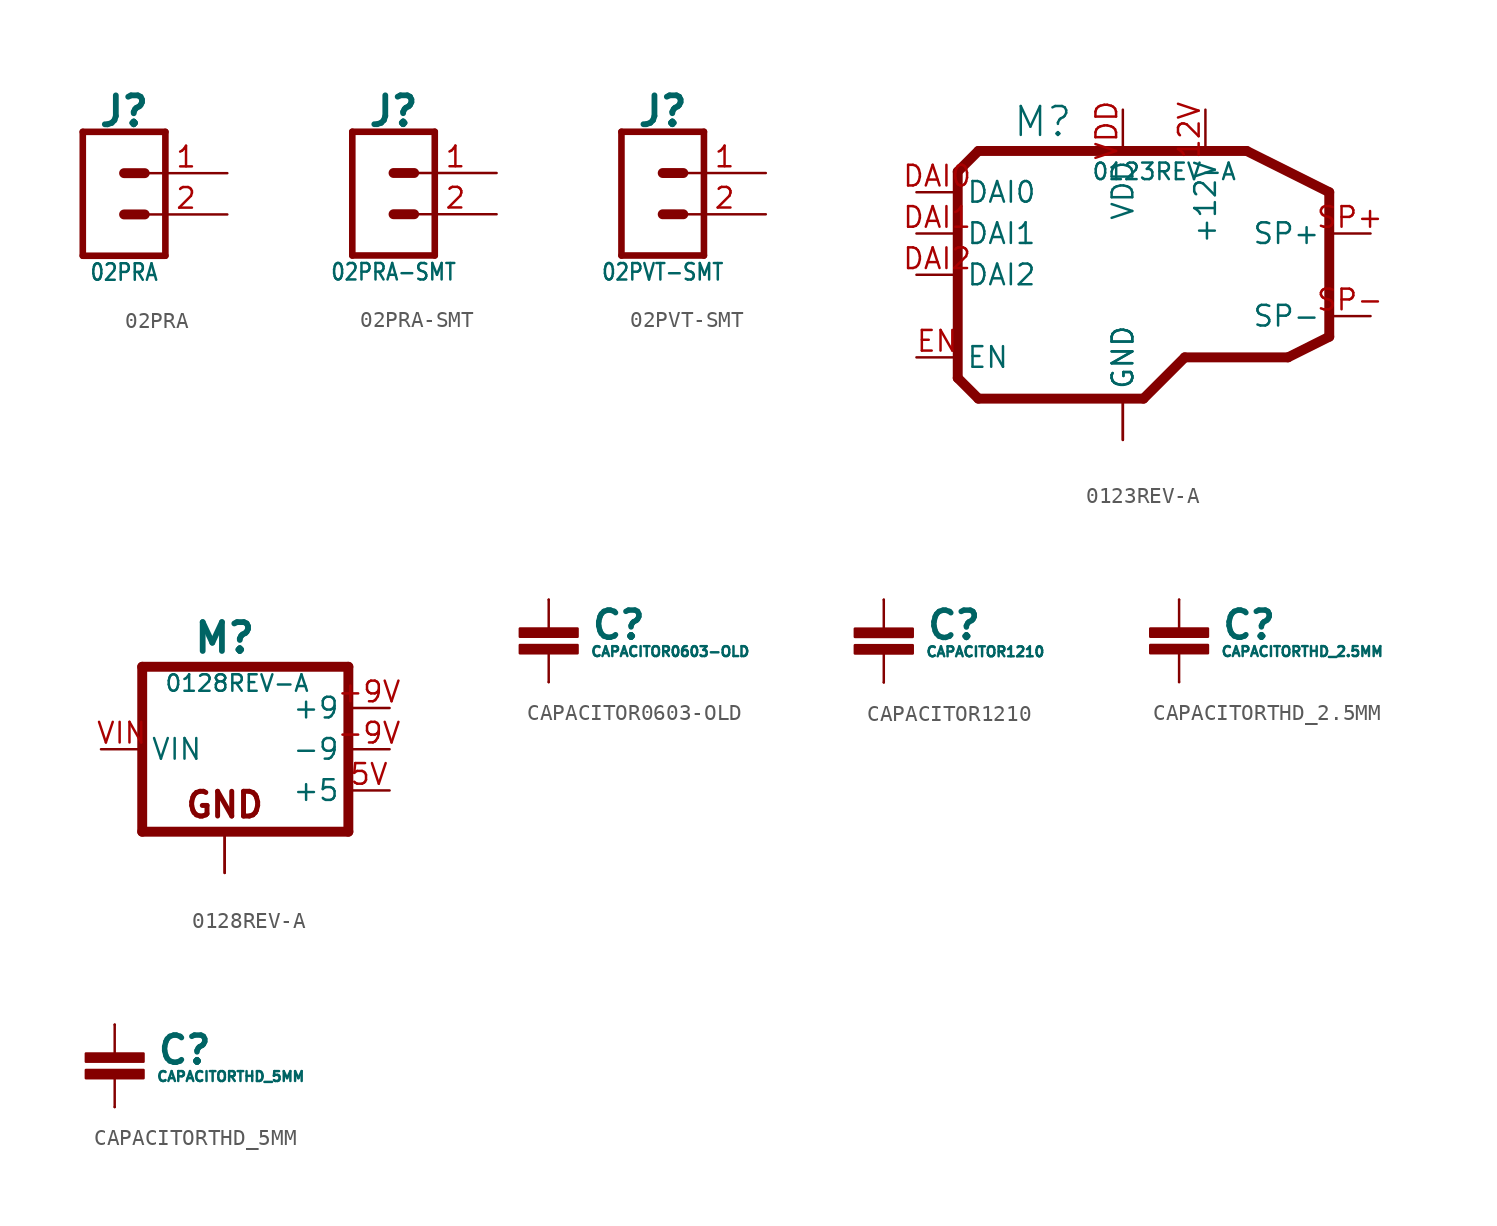
<source format=kicad_sym>
(kicad_symbol_lib
  (version 20211014)
  (generator kicad_symbol_editor)
  (symbol "02PRA"
    (property "Reference" "J"
      (at 1.27 3.81 0)
      (effects (font (size 1.778 1.778) bold)))
    (property "Value" "02PRA"
      (at 1.27 -6.096 0)
      (effects (font (size 1.016 0.864))))
    (property "ki_locked" ""
      (at 0 0 0)
      (effects (font (size 1.27 1.27))))
    (symbol "02PRA_1_0"
      (polyline (pts (xy -1.27 2.54) (xy -1.27 -5.08)) (stroke (width 0.406) (type default) (color 0 0 0 0)) (fill (type none)))
      (polyline (pts (xy -1.27 2.54) (xy 3.81 2.54)) (stroke (width 0.406) (type default) (color 0 0 0 0)) (fill (type none)))
      (polyline (pts (xy 1.27 -2.54) (xy 2.54 -2.54)) (stroke (width 0.61) (type default) (color 0 0 0 0)) (fill (type none)))
      (polyline (pts (xy 1.27 0) (xy 2.54 0)) (stroke (width 0.61) (type default) (color 0 0 0 0)) (fill (type none)))
      (polyline (pts (xy 3.81 -5.08) (xy -1.27 -5.08)) (stroke (width 0.406) (type default) (color 0 0 0 0)) (fill (type none)))
      (polyline (pts (xy 3.81 -5.08) (xy 3.81 2.54)) (stroke (width 0.406) (type default) (color 0 0 0 0)) (fill (type none)))
      (pin passive line (at 7.62 0 180) (length 5.08) (name "1" (effects (font (size 0 0)))) (number "1" (effects (font (size 1.27 1.27)))))
      (pin passive line (at 7.62 -2.54 180) (length 5.08) (name "2" (effects (font (size 0 0)))) (number "2" (effects (font (size 1.27 1.27)))))))
  (symbol "02PRA-SMT"
    (property "Reference" "J"
      (at 1.27 3.81 0)
      (effects (font (size 1.778 1.778) bold)))
    (property "Value" "02PRA-SMT"
      (at 1.27 -6.096 0)
      (effects (font (size 1.016 0.864))))
    (property "ki_locked" ""
      (at 0 0 0)
      (effects (font (size 1.27 1.27))))
    (symbol "02PRA-SMT_1_0"
      (polyline (pts (xy -1.27 2.54) (xy -1.27 -5.08)) (stroke (width 0.406) (type default) (color 0 0 0 0)) (fill (type none)))
      (polyline (pts (xy -1.27 2.54) (xy 3.81 2.54)) (stroke (width 0.406) (type default) (color 0 0 0 0)) (fill (type none)))
      (polyline (pts (xy 1.27 -2.54) (xy 2.54 -2.54)) (stroke (width 0.61) (type default) (color 0 0 0 0)) (fill (type none)))
      (polyline (pts (xy 1.27 0) (xy 2.54 0)) (stroke (width 0.61) (type default) (color 0 0 0 0)) (fill (type none)))
      (polyline (pts (xy 3.81 -5.08) (xy -1.27 -5.08)) (stroke (width 0.406) (type default) (color 0 0 0 0)) (fill (type none)))
      (polyline (pts (xy 3.81 -5.08) (xy 3.81 2.54)) (stroke (width 0.406) (type default) (color 0 0 0 0)) (fill (type none)))
      (pin passive line (at 7.62 0 180) (length 5.08) (name "1" (effects (font (size 0 0)))) (number "1" (effects (font (size 1.27 1.27)))))
      (pin passive line (at 7.62 -2.54 180) (length 5.08) (name "2" (effects (font (size 0 0)))) (number "2" (effects (font (size 1.27 1.27)))))))
  (symbol "02PVT-SMT"
    (property "Reference" "J"
      (at 1.27 3.81 0)
      (effects (font (size 1.778 1.778) bold)))
    (property "Value" "02PVT-SMT"
      (at 1.27 -6.096 0)
      (effects (font (size 1.016 0.864))))
    (property "ki_locked" ""
      (at 0 0 0)
      (effects (font (size 1.27 1.27))))
    (symbol "02PVT-SMT_1_0"
      (polyline (pts (xy -1.27 2.54) (xy -1.27 -5.08)) (stroke (width 0.406) (type default) (color 0 0 0 0)) (fill (type none)))
      (polyline (pts (xy -1.27 2.54) (xy 3.81 2.54)) (stroke (width 0.406) (type default) (color 0 0 0 0)) (fill (type none)))
      (polyline (pts (xy 1.27 -2.54) (xy 2.54 -2.54)) (stroke (width 0.61) (type default) (color 0 0 0 0)) (fill (type none)))
      (polyline (pts (xy 1.27 0) (xy 2.54 0)) (stroke (width 0.61) (type default) (color 0 0 0 0)) (fill (type none)))
      (polyline (pts (xy 3.81 -5.08) (xy -1.27 -5.08)) (stroke (width 0.406) (type default) (color 0 0 0 0)) (fill (type none)))
      (polyline (pts (xy 3.81 -5.08) (xy 3.81 2.54)) (stroke (width 0.406) (type default) (color 0 0 0 0)) (fill (type none)))
      (pin passive line (at 7.62 0 180) (length 5.08) (name "1" (effects (font (size 0 0)))) (number "1" (effects (font (size 1.27 1.27)))))
      (pin passive line (at 7.62 -2.54 180) (length 5.08) (name "2" (effects (font (size 0 0)))) (number "2" (effects (font (size 1.27 1.27)))))))
  (symbol "0123REV-A"
    (property "Reference" "M"
      (at -3.048 8.382 0)
      (effects (font (size 1.778 1.778)) (justify right bottom)))
    (property "Value" "0123REV-A"
      (at 2.54 6.35 0)
      (effects (font (size 1.016 1.016))))
    (property "ki_locked" ""
      (at 0 0 0)
      (effects (font (size 1.27 1.27))))
    (symbol "0123REV-A_1_0"
      (polyline (pts (xy -10.16 -6.35) (xy -10.16 6.35)) (stroke (width 0.61) (type default) (color 0 0 0 0)) (fill (type none)))
      (polyline (pts (xy -10.16 6.35) (xy -8.89 7.62)) (stroke (width 0.61) (type default) (color 0 0 0 0)) (fill (type none)))
      (polyline (pts (xy -8.89 -7.62) (xy -10.16 -6.35)) (stroke (width 0.61) (type default) (color 0 0 0 0)) (fill (type none)))
      (polyline (pts (xy -8.89 7.62) (xy 7.62 7.62)) (stroke (width 0.61) (type default) (color 0 0 0 0)) (fill (type none)))
      (polyline (pts (xy 1.27 -7.62) (xy -8.89 -7.62)) (stroke (width 0.61) (type default) (color 0 0 0 0)) (fill (type none)))
      (polyline (pts (xy 3.81 -5.08) (xy 1.27 -7.62)) (stroke (width 0.61) (type default) (color 0 0 0 0)) (fill (type none)))
      (polyline (pts (xy 7.62 7.62) (xy 12.7 5.08)) (stroke (width 0.61) (type default) (color 0 0 0 0)) (fill (type none)))
      (polyline (pts (xy 10.16 -5.08) (xy 3.81 -5.08)) (stroke (width 0.61) (type default) (color 0 0 0 0)) (fill (type none)))
      (polyline (pts (xy 12.7 -3.81) (xy 10.16 -5.08)) (stroke (width 0.61) (type default) (color 0 0 0 0)) (fill (type none)))
      (polyline (pts (xy 12.7 5.08) (xy 12.7 -3.81)) (stroke (width 0.61) (type default) (color 0 0 0 0)) (fill (type none)))
      (pin bidirectional line (at 5.08 10.16 270) (length 2.54) (name "+12V" (effects (font (size 1.27 1.27)))) (number "12V" (effects (font (size 1.27 1.27)))))
      (pin bidirectional line (at -12.7 5.08 0) (length 2.54) (name "DAI0" (effects (font (size 1.27 1.27)))) (number "DAI0" (effects (font (size 1.27 1.27)))))
      (pin bidirectional line (at -12.7 2.54 0) (length 2.54) (name "DAI1" (effects (font (size 1.27 1.27)))) (number "DAI1" (effects (font (size 1.27 1.27)))))
      (pin bidirectional line (at -12.7 0 0) (length 2.54) (name "DAI2" (effects (font (size 1.27 1.27)))) (number "DAI2" (effects (font (size 1.27 1.27)))))
      (pin bidirectional line (at -12.7 -5.08 0) (length 2.54) (name "EN" (effects (font (size 1.27 1.27)))) (number "EN" (effects (font (size 1.27 1.27)))))
      (pin bidirectional line (at 0 -10.16 90) (length 2.54) (name "GND" (effects (font (size 1.27 1.27)))) (number "GND" (effects (font (size 0 0)))))
      (pin bidirectional line (at 0 -10.16 90) (length 2.54) (name "GND" (effects (font (size 1.27 1.27)))) (number "GND2" (effects (font (size 0 0)))))
      (pin bidirectional line (at 15.24 2.54 180) (length 2.54) (name "SP+" (effects (font (size 1.27 1.27)))) (number "SP+" (effects (font (size 1.27 1.27)))))
      (pin bidirectional line (at 15.24 -2.54 180) (length 2.54) (name "SP-" (effects (font (size 1.27 1.27)))) (number "SP-" (effects (font (size 1.27 1.27)))))
      (pin bidirectional line (at 0 10.16 270) (length 2.54) (name "VDD" (effects (font (size 1.27 1.27)))) (number "VDD" (effects (font (size 1.27 1.27)))))))
  (symbol "0128REV-A"
    (property "Reference" "M"
      (at 0 9.398 0)
      (effects (font (size 1.778 1.778) bold)))
    (property "Value" "0128REV-A"
      (at 0.762 6.604 0)
      (effects (font (size 1.016 1.016))))
    (property "ki_locked" ""
      (at 0 0 0)
      (effects (font (size 1.27 1.27))))
    (symbol "0128REV-A_1_0"
      (polyline (pts (xy -5.08 -2.54) (xy -5.08 7.62)) (stroke (width 0.61) (type default) (color 0 0 0 0)) (fill (type none)))
      (polyline (pts (xy -5.08 7.62) (xy 7.62 7.62)) (stroke (width 0.61) (type default) (color 0 0 0 0)) (fill (type none)))
      (polyline (pts (xy 7.62 -2.54) (xy -5.08 -2.54)) (stroke (width 0.61) (type default) (color 0 0 0 0)) (fill (type none)))
      (polyline (pts (xy 7.62 7.62) (xy 7.62 -2.54)) (stroke (width 0.61) (type default) (color 0 0 0 0)) (fill (type none)))
      (text "GND" (at 0 -1.778 0) (effects (font (size 1.524 1.524) (thickness 0.305) bold) (justify bottom)))
      (pin bidirectional line (at 10.16 5.08 180) (length 2.54) (name "+9" (effects (font (size 1.27 1.27)))) (number "+9V" (effects (font (size 1.27 1.27)))))
      (pin bidirectional line (at 10.16 2.54 180) (length 2.54) (name "-9" (effects (font (size 1.27 1.27)))) (number "-9V" (effects (font (size 1.27 1.27)))))
      (pin bidirectional line (at 10.16 0 180) (length 2.54) (name "+5" (effects (font (size 1.27 1.27)))) (number "5V" (effects (font (size 1.27 1.27)))))
      (pin bidirectional line (at 0 -5.08 90) (length 2.54) (name "GND" (effects (font (size 0 0)))) (number "GNDI" (effects (font (size 0 0)))))
      (pin bidirectional line (at 0 -5.08 90) (length 2.54) (name "GND" (effects (font (size 0 0)))) (number "GNDO" (effects (font (size 0 0)))))
      (pin bidirectional line (at -7.62 2.54 0) (length 2.54) (name "VIN" (effects (font (size 1.27 1.27)))) (number "VIN" (effects (font (size 1.27 1.27)))))))
  (symbol "CAPACITOR0603-OLD"
    (property "Reference" "C"
      (at 2.54 0 0)
      (effects (font (size 1.676 1.676) bold) (justify left bottom)))
    (property "Value" "CAPACITOR0603-OLD"
      (at 2.54 -1.016 0)
      (effects (font (size 0.61 0.61)) (justify left bottom)))
    (property "ki_locked" ""
      (at 0 0 0)
      (effects (font (size 1.27 1.27))))
    (symbol "CAPACITOR0603-OLD_1_0"
      (rectangle (start -1.778 -0.762) (end 1.778 -0.254) (stroke (width 0) (type default) (color 0 0 0 0)) (fill (type outline)))
      (rectangle (start -1.778 0.254) (end 1.778 0.762) (stroke (width 0) (type default) (color 0 0 0 0)) (fill (type outline)))
      (polyline (pts (xy 0 -2.54) (xy 0 -0.508)) (stroke (width 0.152) (type default) (color 0 0 0 0)) (fill (type none)))
      (polyline (pts (xy 0 2.54) (xy 0 0.508)) (stroke (width 0.152) (type default) (color 0 0 0 0)) (fill (type none)))
      (pin passive line (at 0 2.54 0) (length 0) (name "1" (effects (font (size 0 0)))) (number "1" (effects (font (size 0 0)))))
      (pin passive line (at 0 -2.54 0) (length 0) (name "2" (effects (font (size 0 0)))) (number "2" (effects (font (size 0 0)))))))
  (symbol "CAPACITOR1210"
    (property "Reference" "C"
      (at 2.54 0 0)
      (effects (font (size 1.676 1.676) bold) (justify left bottom)))
    (property "Value" "CAPACITOR1210"
      (at 2.54 -1.016 0)
      (effects (font (size 0.61 0.61)) (justify left bottom)))
    (property "ki_locked" ""
      (at 0 0 0)
      (effects (font (size 1.27 1.27))))
    (symbol "CAPACITOR1210_1_0"
      (rectangle (start -1.778 -0.762) (end 1.778 -0.254) (stroke (width 0) (type default) (color 0 0 0 0)) (fill (type outline)))
      (rectangle (start -1.778 0.254) (end 1.778 0.762) (stroke (width 0) (type default) (color 0 0 0 0)) (fill (type outline)))
      (polyline (pts (xy 0 -2.54) (xy 0 -0.508)) (stroke (width 0.152) (type default) (color 0 0 0 0)) (fill (type none)))
      (polyline (pts (xy 0 2.54) (xy 0 0.508)) (stroke (width 0.152) (type default) (color 0 0 0 0)) (fill (type none)))
      (pin passive line (at 0 2.54 0) (length 0) (name "1" (effects (font (size 0 0)))) (number "1" (effects (font (size 0 0)))))
      (pin passive line (at 0 -2.54 0) (length 0) (name "2" (effects (font (size 0 0)))) (number "2" (effects (font (size 0 0)))))))
  (symbol "CAPACITORTHD_2.5MM"
    (property "Reference" "C"
      (at 2.54 0 0)
      (effects (font (size 1.676 1.676) bold) (justify left bottom)))
    (property "Value" "CAPACITORTHD_2.5MM"
      (at 2.54 -1.016 0)
      (effects (font (size 0.61 0.61)) (justify left bottom)))
    (property "ki_locked" ""
      (at 0 0 0)
      (effects (font (size 1.27 1.27))))
    (symbol "CAPACITORTHD_2.5MM_1_0"
      (rectangle (start -1.778 -0.762) (end 1.778 -0.254) (stroke (width 0) (type default) (color 0 0 0 0)) (fill (type outline)))
      (rectangle (start -1.778 0.254) (end 1.778 0.762) (stroke (width 0) (type default) (color 0 0 0 0)) (fill (type outline)))
      (polyline (pts (xy 0 -2.54) (xy 0 -0.508)) (stroke (width 0.152) (type default) (color 0 0 0 0)) (fill (type none)))
      (polyline (pts (xy 0 2.54) (xy 0 0.508)) (stroke (width 0.152) (type default) (color 0 0 0 0)) (fill (type none)))
      (pin passive line (at 0 2.54 0) (length 0) (name "1" (effects (font (size 0 0)))) (number "1" (effects (font (size 0 0)))))
      (pin passive line (at 0 -2.54 0) (length 0) (name "2" (effects (font (size 0 0)))) (number "2" (effects (font (size 0 0)))))))
  (symbol "CAPACITORTHD_5MM"
    (property "Reference" "C"
      (at 2.54 0 0)
      (effects (font (size 1.676 1.676) bold) (justify left bottom)))
    (property "Value" "CAPACITORTHD_5MM"
      (at 2.54 -1.016 0)
      (effects (font (size 0.61 0.61)) (justify left bottom)))
    (property "ki_locked" ""
      (at 0 0 0)
      (effects (font (size 1.27 1.27))))
    (symbol "CAPACITORTHD_5MM_1_0"
      (rectangle (start -1.778 -0.762) (end 1.778 -0.254) (stroke (width 0) (type default) (color 0 0 0 0)) (fill (type outline)))
      (rectangle (start -1.778 0.254) (end 1.778 0.762) (stroke (width 0) (type default) (color 0 0 0 0)) (fill (type outline)))
      (polyline (pts (xy 0 -2.54) (xy 0 -0.508)) (stroke (width 0.152) (type default) (color 0 0 0 0)) (fill (type none)))
      (polyline (pts (xy 0 2.54) (xy 0 0.508)) (stroke (width 0.152) (type default) (color 0 0 0 0)) (fill (type none)))
      (pin passive line (at 0 2.54 0) (length 0) (name "1" (effects (font (size 0 0)))) (number "1" (effects (font (size 0 0)))))
      (pin passive line (at 0 -2.54 0) (length 0) (name "2" (effects (font (size 0 0)))) (number "2" (effects (font (size 0 0))))))))
</source>
